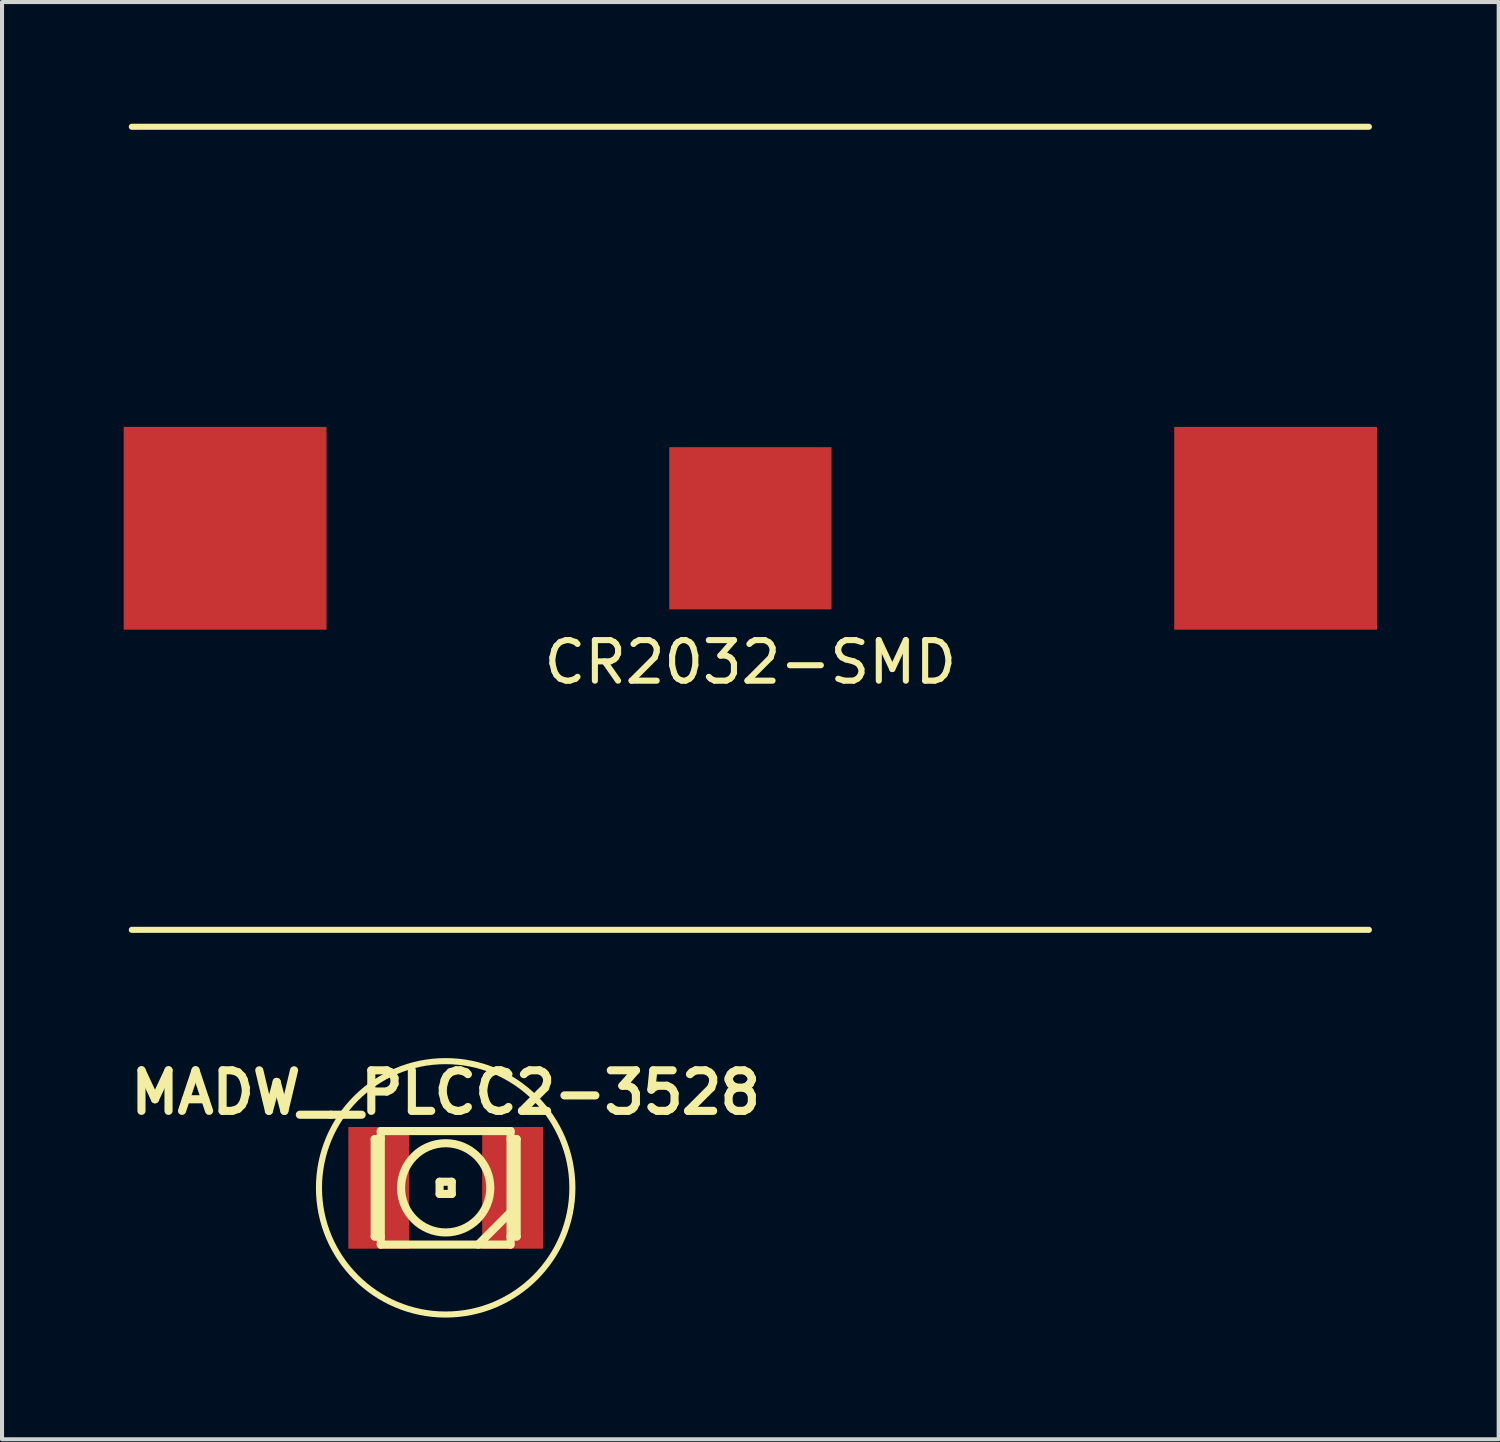
<source format=kicad_pcb>
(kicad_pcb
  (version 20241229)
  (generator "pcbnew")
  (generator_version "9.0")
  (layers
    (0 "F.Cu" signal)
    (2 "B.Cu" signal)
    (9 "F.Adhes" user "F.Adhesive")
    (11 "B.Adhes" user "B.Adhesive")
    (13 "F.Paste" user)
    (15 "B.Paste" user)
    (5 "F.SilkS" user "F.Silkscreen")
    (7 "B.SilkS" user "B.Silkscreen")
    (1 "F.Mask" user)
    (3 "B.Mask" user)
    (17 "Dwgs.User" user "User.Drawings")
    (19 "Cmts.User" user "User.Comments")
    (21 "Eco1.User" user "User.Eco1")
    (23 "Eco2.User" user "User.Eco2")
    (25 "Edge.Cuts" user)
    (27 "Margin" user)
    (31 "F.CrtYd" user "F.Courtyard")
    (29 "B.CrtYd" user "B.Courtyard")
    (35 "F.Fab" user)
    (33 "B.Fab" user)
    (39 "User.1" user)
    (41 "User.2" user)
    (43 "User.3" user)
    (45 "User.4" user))
  (footprint "MADW__PLCC2-3528"
    (layer "F.Cu")
    (at 7.938 26.236)
    (property "Reference" "MADW__PLCC2-3528" (at 0 -2.35 0) (layer "F.SilkS") (effects (font (size 1 1) (thickness 0.2))))
    (attr through_hole)
    (fp_line (start -1.75 -1.2) (end -1.75 1.2) (stroke (width 0.2) (type solid)) (layer "F.SilkS"))
    (fp_line (start -1.75 1.2) (end -1.6 1.2) (stroke (width 0.2) (type solid)) (layer "F.SilkS"))
    (fp_line (start -1.6 -1.4) (end 1.6 -1.4) (stroke (width 0.2) (type solid)) (layer "F.SilkS"))
    (fp_line (start -1.6 -1.2) (end -1.75 -1.2) (stroke (width 0.2) (type solid)) (layer "F.SilkS"))
    (fp_line (start -1.6 1.4) (end -1.6 -1.4) (stroke (width 0.2) (type solid)) (layer "F.SilkS"))
    (fp_line (start -0.15 -0.15) (end -0.15 0.15) (stroke (width 0.2) (type solid)) (layer "F.SilkS"))
    (fp_line (start -0.15 0.15) (end 0.15 0.15) (stroke (width 0.2) (type solid)) (layer "F.SilkS"))
    (fp_line (start 0.15 -0.15) (end -0.15 -0.15) (stroke (width 0.2) (type solid)) (layer "F.SilkS"))
    (fp_line (start 0.15 0.15) (end 0.15 -0.15) (stroke (width 0.2) (type solid)) (layer "F.SilkS"))
    (fp_line (start 1.6 -1.4) (end 1.6 1.4) (stroke (width 0.2) (type solid)) (layer "F.SilkS"))
    (fp_line (start 1.6 -1.2) (end 1.75 -1.2) (stroke (width 0.2) (type solid)) (layer "F.SilkS"))
    (fp_line (start 1.6 0.6) (end 0.8 1.4) (stroke (width 0.2) (type solid)) (layer "F.SilkS"))
    (fp_line (start 1.6 1.4) (end -1.6 1.4) (stroke (width 0.2) (type solid)) (layer "F.SilkS"))
    (fp_line (start 1.75 -1.2) (end 1.75 1.2) (stroke (width 0.2) (type solid)) (layer "F.SilkS"))
    (fp_line (start 1.75 1.2) (end 1.6 1.2) (stroke (width 0.2) (type solid)) (layer "F.SilkS"))
    (fp_circle (center 0 0) (end -2.794 -1.397) (stroke (width 0.15) (type solid)) (fill no) (layer "F.SilkS"))
    (fp_circle (center 0 0) (end 0 -1.1) (stroke (width 0.2) (type solid)) (fill no) (layer "F.SilkS"))
    (pad "1" smd rect (at -1.65 0) (size 1.5 3) (layers "F.Cu" "F.Mask" "F.Paste"))
    (pad "2" smd rect (at 1.65 0) (size 1.5 3) (layers "F.Cu" "F.Mask" "F.Paste")))
  (footprint "CR2032-SMD"
    (layer "F.Cu")
    (at 15.45 9.975)
    (property "Reference" "CR2032-SMD" (at 0 3.302 0) (layer "F.SilkS") (effects (font (size 1 1) (thickness 0.15))))
    (attr through_hole)
    (fp_line (start -15.25 -9.9) (end 15.25 -9.9) (stroke (width 0.15) (type solid)) (layer "F.SilkS"))
    (fp_line (start -15.25 9.9) (end 15.25 9.9) (stroke (width 0.15) (type solid)) (layer "F.SilkS"))
    (pad "1" smd rect (at -12.95 0) (size 5 5) (layers "F.Cu" "F.Mask" "F.Paste"))
    (pad "1" smd rect (at 12.95 0) (size 5 5) (layers "F.Cu" "F.Mask" "F.Paste"))
    (pad "2" smd rect (at 0 0) (size 4 4) (layers "F.Cu" "F.Mask" "F.Paste")))
  (gr_rect
    (start -3 -3)
    (end 33.9 32.435)
    (stroke (width 0.1) (type default))
    (fill no)
    (layer "Edge.Cuts")))
</source>
